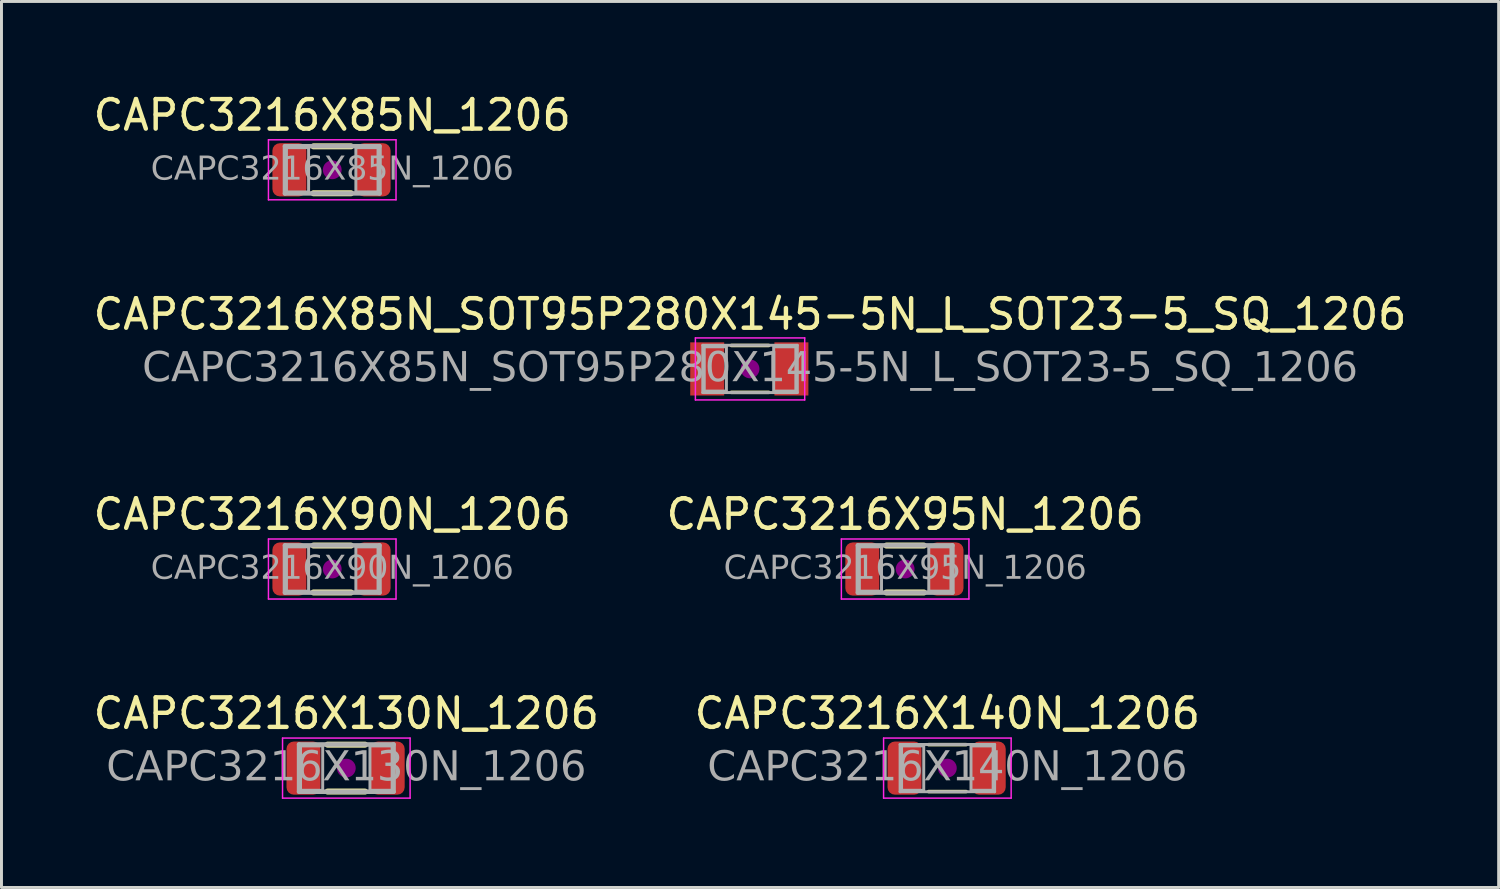
<source format=kicad_pcb>
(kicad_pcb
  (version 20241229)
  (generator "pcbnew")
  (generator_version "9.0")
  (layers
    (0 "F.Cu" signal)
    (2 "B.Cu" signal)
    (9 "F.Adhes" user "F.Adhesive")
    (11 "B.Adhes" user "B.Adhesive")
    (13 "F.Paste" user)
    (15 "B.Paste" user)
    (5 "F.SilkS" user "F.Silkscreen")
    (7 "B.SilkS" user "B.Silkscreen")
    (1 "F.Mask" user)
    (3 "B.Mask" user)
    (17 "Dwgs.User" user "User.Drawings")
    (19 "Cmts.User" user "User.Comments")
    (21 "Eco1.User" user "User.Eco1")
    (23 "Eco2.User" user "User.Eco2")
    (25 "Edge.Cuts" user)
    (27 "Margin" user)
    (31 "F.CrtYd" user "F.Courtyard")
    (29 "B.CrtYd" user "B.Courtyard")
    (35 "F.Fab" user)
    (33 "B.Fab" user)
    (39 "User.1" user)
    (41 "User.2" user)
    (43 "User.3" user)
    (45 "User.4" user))
  (footprint "CAPC3216X90N_1206"
    (layer "F.Cu")
    (at 8.196 16.211)
    (property "Reference" "CAPC3216X90N_1206" (at 0 -1.85 0) (layer "F.SilkS") (effects (font (size 1 1) (thickness 0.15))))
    (attr smd)
    (fp_line (start -0.635 -0.794) (end 0.635 -0.794) (stroke (width 0.203) (type solid)) (layer "F.SilkS"))
    (fp_line (start -0.635 0.794) (end 0.635 0.794) (stroke (width 0.203) (type solid)) (layer "F.SilkS"))
    (fp_circle (center 0 0) (end 0.318 0) (stroke (width 0) (type solid)) (fill yes) (layer "F.Adhes"))
    (fp_line (start -2.159 -1.016) (end 2.159 -1.016) (stroke (width 0.05) (type solid)) (layer "F.CrtYd"))
    (fp_line (start -2.159 1.016) (end -2.159 -1.016) (stroke (width 0.05) (type solid)) (layer "F.CrtYd"))
    (fp_line (start 2.159 -1.016) (end 2.159 1.016) (stroke (width 0.05) (type solid)) (layer "F.CrtYd"))
    (fp_line (start 2.159 1.016) (end -2.159 1.016) (stroke (width 0.05) (type solid)) (layer "F.CrtYd"))
    (fp_line (start -1.6 -0.8) (end 1.6 -0.8) (stroke (width 0.152) (type solid)) (layer "F.Fab"))
    (fp_line (start -1.6 0.8) (end -1.6 -0.8) (stroke (width 0.152) (type solid)) (layer "F.Fab"))
    (fp_line (start 1.6 -0.8) (end 1.6 0.8) (stroke (width 0.152) (type solid)) (layer "F.Fab"))
    (fp_line (start 1.6 0.8) (end -1.6 0.8) (stroke (width 0.152) (type solid)) (layer "F.Fab"))
    (fp_rect (start -0.8 0.75) (end -1.55 -0.75) (stroke (width 0.1) (type solid)) (fill no) (layer "F.Fab"))
    (fp_rect (start 0.8 -0.75) (end 1.55 0.75) (stroke (width 0.1) (type solid)) (fill no) (layer "F.Fab"))
    (fp_text user "${REFERENCE}" (at 0 0 0) (layer "F.Fab") (effects (font (face "Tahoma") (size 0.8 0.8) (thickness 0.12))))
    (pad "1" smd roundrect (at -1.45 0) (size 1.15 1.8) (layers "F.Cu" "F.Mask" "F.Paste") (roundrect_rratio 0.217))
    (pad "2" smd roundrect (at 1.4 0) (size 1.15 1.8) (layers "F.Cu" "F.Mask" "F.Paste") (roundrect_rratio 0.217)))
  (footprint "CAPC3216X95N_1206"
    (layer "F.Cu")
    (at 27.589 16.211)
    (property "Reference" "CAPC3216X95N_1206" (at 0 -1.85 0) (layer "F.SilkS") (effects (font (size 1 1) (thickness 0.15))))
    (attr smd)
    (fp_line (start -0.635 -0.794) (end 0.635 -0.794) (stroke (width 0.203) (type solid)) (layer "F.SilkS"))
    (fp_line (start -0.635 0.794) (end 0.635 0.794) (stroke (width 0.203) (type solid)) (layer "F.SilkS"))
    (fp_circle (center 0 0) (end 0.318 0) (stroke (width 0) (type solid)) (fill yes) (layer "F.Adhes"))
    (fp_line (start -2.159 -1.016) (end 2.159 -1.016) (stroke (width 0.05) (type solid)) (layer "F.CrtYd"))
    (fp_line (start -2.159 1.016) (end -2.159 -1.016) (stroke (width 0.05) (type solid)) (layer "F.CrtYd"))
    (fp_line (start 2.159 -1.016) (end 2.159 1.016) (stroke (width 0.05) (type solid)) (layer "F.CrtYd"))
    (fp_line (start 2.159 1.016) (end -2.159 1.016) (stroke (width 0.05) (type solid)) (layer "F.CrtYd"))
    (fp_line (start -1.6 -0.8) (end 1.6 -0.8) (stroke (width 0.152) (type solid)) (layer "F.Fab"))
    (fp_line (start -1.6 0.8) (end -1.6 -0.8) (stroke (width 0.152) (type solid)) (layer "F.Fab"))
    (fp_line (start 1.6 -0.8) (end 1.6 0.8) (stroke (width 0.152) (type solid)) (layer "F.Fab"))
    (fp_line (start 1.6 0.8) (end -1.6 0.8) (stroke (width 0.152) (type solid)) (layer "F.Fab"))
    (fp_rect (start -0.8 0.75) (end -1.55 -0.75) (stroke (width 0.1) (type solid)) (fill no) (layer "F.Fab"))
    (fp_rect (start 0.8 -0.75) (end 1.55 0.75) (stroke (width 0.1) (type solid)) (fill no) (layer "F.Fab"))
    (fp_text user "${REFERENCE}" (at 0 0 0) (layer "F.Fab") (effects (font (face "Tahoma") (size 0.8 0.8) (thickness 0.12))))
    (pad "1" smd roundrect (at -1.45 0) (size 1.15 1.8) (layers "F.Cu" "F.Mask" "F.Paste") (roundrect_rratio 0.217))
    (pad "2" smd roundrect (at 1.4 0) (size 1.15 1.8) (layers "F.Cu" "F.Mask" "F.Paste") (roundrect_rratio 0.217)))
  (footprint "CAPC3216X130N_1206"
    (layer "F.Cu")
    (at 8.673 22.95)
    (property "Reference" "CAPC3216X130N_1206" (at 0 -1.85 0) (layer "F.SilkS") (effects (font (size 1 1) (thickness 0.15))))
    (attr smd)
    (fp_line (start -0.635 -0.794) (end 0.635 -0.794) (stroke (width 0.203) (type solid)) (layer "F.SilkS"))
    (fp_line (start -0.635 0.794) (end 0.635 0.794) (stroke (width 0.203) (type solid)) (layer "F.SilkS"))
    (fp_circle (center 0 0) (end 0.318 0) (stroke (width 0) (type solid)) (fill yes) (layer "F.Adhes"))
    (fp_line (start -2.159 -1.016) (end 2.159 -1.016) (stroke (width 0.05) (type solid)) (layer "F.CrtYd"))
    (fp_line (start -2.159 1.016) (end -2.159 -1.016) (stroke (width 0.05) (type solid)) (layer "F.CrtYd"))
    (fp_line (start 2.159 -1.016) (end 2.159 1.016) (stroke (width 0.05) (type solid)) (layer "F.CrtYd"))
    (fp_line (start 2.159 1.016) (end -2.159 1.016) (stroke (width 0.05) (type solid)) (layer "F.CrtYd"))
    (fp_line (start -1.6 -0.8) (end 1.6 -0.8) (stroke (width 0.152) (type solid)) (layer "F.Fab"))
    (fp_line (start -1.6 0.8) (end -1.6 -0.8) (stroke (width 0.152) (type solid)) (layer "F.Fab"))
    (fp_line (start 1.6 -0.8) (end 1.6 0.8) (stroke (width 0.152) (type solid)) (layer "F.Fab"))
    (fp_line (start 1.6 0.8) (end -1.6 0.8) (stroke (width 0.152) (type solid)) (layer "F.Fab"))
    (fp_rect (start -0.8 0.75) (end -1.55 -0.75) (stroke (width 0.1) (type solid)) (fill no) (layer "F.Fab"))
    (fp_rect (start 0.8 -0.75) (end 1.55 0.75) (stroke (width 0.1) (type solid)) (fill no) (layer "F.Fab"))
    (fp_text user "${REFERENCE}" (at 0 0 0) (layer "F.Fab") (effects (font (face "Tahoma") (size 1 1) (thickness 0.15))))
    (pad "1" smd roundrect (at -1.45 0) (size 1.15 1.8) (layers "F.Cu" "F.Mask" "F.Paste") (roundrect_rratio 0.217))
    (pad "2" smd roundrect (at 1.4 0) (size 1.15 1.8) (layers "F.Cu" "F.Mask" "F.Paste") (roundrect_rratio 0.217)))
  (footprint "CAPC3216X140N_1206"
    (layer "F.Cu")
    (at 29.018 22.95)
    (property "Reference" "CAPC3216X140N_1206" (at 0 -1.85 0) (layer "F.SilkS") (effects (font (size 1 1) (thickness 0.15))))
    (attr smd)
    (fp_line (start -0.635 -0.794) (end 0.635 -0.794) (stroke (width 0.12) (type solid)) (layer "F.SilkS"))
    (fp_line (start -0.635 0.794) (end 0.635 0.794) (stroke (width 0.12) (type solid)) (layer "F.SilkS"))
    (fp_circle (center 0 0) (end 0.318 0) (stroke (width 0) (type solid)) (fill yes) (layer "F.Adhes"))
    (fp_line (start -2.159 -1.016) (end 2.159 -1.016) (stroke (width 0.05) (type solid)) (layer "F.CrtYd"))
    (fp_line (start -2.159 1.016) (end -2.159 -1.016) (stroke (width 0.05) (type solid)) (layer "F.CrtYd"))
    (fp_line (start 2.159 -1.016) (end 2.159 1.016) (stroke (width 0.05) (type solid)) (layer "F.CrtYd"))
    (fp_line (start 2.159 1.016) (end -2.159 1.016) (stroke (width 0.05) (type solid)) (layer "F.CrtYd"))
    (fp_line (start -1.6 -0.8) (end 1.6 -0.8) (stroke (width 0.1) (type solid)) (layer "F.Fab"))
    (fp_line (start -1.6 0.8) (end -1.6 -0.8) (stroke (width 0.1) (type solid)) (layer "F.Fab"))
    (fp_line (start 1.6 -0.8) (end 1.6 0.8) (stroke (width 0.1) (type solid)) (layer "F.Fab"))
    (fp_line (start 1.6 0.8) (end -1.6 0.8) (stroke (width 0.1) (type solid)) (layer "F.Fab"))
    (fp_rect (start -0.8 0.75) (end -1.55 -0.75) (stroke (width 0.1) (type solid)) (fill no) (layer "F.Fab"))
    (fp_rect (start 0.8 -0.75) (end 1.55 0.75) (stroke (width 0.1) (type solid)) (fill no) (layer "F.Fab"))
    (fp_text user "${REFERENCE}" (at 0 0 0) (layer "F.Fab") (effects (font (face "Tahoma") (size 1 1) (thickness 0.15))))
    (pad "1" smd roundrect (at -1.45 0) (size 1.15 1.8) (layers "F.Cu" "F.Mask" "F.Paste") (roundrect_rratio 0.217))
    (pad "2" smd roundrect (at 1.4 0) (size 1.15 1.8) (layers "F.Cu" "F.Mask" "F.Paste") (roundrect_rratio 0.217)))
  (footprint "CAPC3216X85N_1206"
    (layer "F.Cu")
    (at 8.196 2.698)
    (property "Reference" "CAPC3216X85N_1206" (at 0 -1.85 0) (layer "F.SilkS") (effects (font (size 1 1) (thickness 0.15))))
    (attr smd)
    (fp_line (start -0.635 -0.794) (end 0.635 -0.794) (stroke (width 0.203) (type solid)) (layer "F.SilkS"))
    (fp_line (start -0.635 0.794) (end 0.635 0.794) (stroke (width 0.203) (type solid)) (layer "F.SilkS"))
    (fp_circle (center 0 0) (end 0.318 0) (stroke (width 0) (type solid)) (fill yes) (layer "F.Adhes"))
    (fp_line (start -2.159 -1.016) (end 2.159 -1.016) (stroke (width 0.05) (type solid)) (layer "F.CrtYd"))
    (fp_line (start -2.159 1.016) (end -2.159 -1.016) (stroke (width 0.05) (type solid)) (layer "F.CrtYd"))
    (fp_line (start 2.159 -1.016) (end 2.159 1.016) (stroke (width 0.05) (type solid)) (layer "F.CrtYd"))
    (fp_line (start 2.159 1.016) (end -2.159 1.016) (stroke (width 0.05) (type solid)) (layer "F.CrtYd"))
    (fp_line (start -1.6 -0.8) (end 1.6 -0.8) (stroke (width 0.152) (type solid)) (layer "F.Fab"))
    (fp_line (start -1.6 0.8) (end -1.6 -0.8) (stroke (width 0.152) (type solid)) (layer "F.Fab"))
    (fp_line (start 1.6 -0.8) (end 1.6 0.8) (stroke (width 0.152) (type solid)) (layer "F.Fab"))
    (fp_line (start 1.6 0.8) (end -1.6 0.8) (stroke (width 0.152) (type solid)) (layer "F.Fab"))
    (fp_rect (start -0.8 0.75) (end -1.55 -0.75) (stroke (width 0.1) (type solid)) (fill no) (layer "F.Fab"))
    (fp_rect (start 0.8 -0.75) (end 1.55 0.75) (stroke (width 0.1) (type solid)) (fill no) (layer "F.Fab"))
    (fp_text user "${REFERENCE}" (at 0 0 0) (layer "F.Fab") (effects (font (face "Tahoma") (size 0.8 0.8) (thickness 0.12))))
    (pad "1" smd roundrect (at -1.45 0) (size 1.15 1.8) (layers "F.Cu" "F.Mask" "F.Paste") (roundrect_rratio 0.217))
    (pad "2" smd roundrect (at 1.4 0) (size 1.15 1.8) (layers "F.Cu" "F.Mask" "F.Paste") (roundrect_rratio 0.217)))
  (footprint "CAPC3216X85N_SOT95P280X145-5N_L_SOT23-5_SQ_1206"
    (layer "F.Cu")
    (at 22.339 9.438)
    (property "Reference" "CAPC3216X85N_SOT95P280X145-5N_L_SOT23-5_SQ_1206" (at 0 -1.85 0) (layer "F.SilkS") (effects (font (size 1 1) (thickness 0.15))))
    (attr smd)
    (fp_line (start -0.635 -0.794) (end 0.635 -0.794) (stroke (width 0.12) (type solid)) (layer "F.SilkS"))
    (fp_line (start -0.635 0.794) (end 0.635 0.794) (stroke (width 0.12) (type solid)) (layer "F.SilkS"))
    (fp_circle (center 0 0) (end 0.318 0) (stroke (width 0) (type solid)) (fill yes) (layer "F.Adhes"))
    (fp_line (start -1.85 -1.05) (end 1.85 -1.05) (stroke (width 0.05) (type solid)) (layer "F.CrtYd"))
    (fp_line (start -1.85 1.05) (end -1.85 -1.05) (stroke (width 0.05) (type solid)) (layer "F.CrtYd"))
    (fp_line (start 1.85 -1.05) (end 1.85 1.05) (stroke (width 0.05) (type solid)) (layer "F.CrtYd"))
    (fp_line (start 1.85 1.05) (end -1.85 1.05) (stroke (width 0.05) (type solid)) (layer "F.CrtYd"))
    (fp_line (start -1.6 -0.8) (end 1.6 -0.8) (stroke (width 0.1) (type solid)) (layer "F.Fab"))
    (fp_line (start -1.6 0.8) (end -1.6 -0.8) (stroke (width 0.1) (type solid)) (layer "F.Fab"))
    (fp_line (start 1.6 -0.8) (end 1.6 0.8) (stroke (width 0.1) (type solid)) (layer "F.Fab"))
    (fp_line (start 1.6 0.8) (end -1.6 0.8) (stroke (width 0.1) (type solid)) (layer "F.Fab"))
    (fp_rect (start -0.8 0.75) (end -1.55 -0.75) (stroke (width 0.1) (type solid)) (fill no) (layer "F.Fab"))
    (fp_rect (start 0.8 -0.75) (end 1.55 0.75) (stroke (width 0.1) (type solid)) (fill no) (layer "F.Fab"))
    (fp_text user "${REFERENCE}" (at 0 0 0) (layer "F.Fab") (effects (font (face "Tahoma") (size 1 1) (thickness 0.15))))
    (pad "1" smd rect (at -1.45 0) (size 1.15 1.8) (layers "F.Cu" "F.Mask" "F.Paste"))
    (pad "2" smd rect (at 1.4 0) (size 1.15 1.8) (layers "F.Cu" "F.Mask" "F.Paste")))
  (gr_rect
    (start -3 -3)
    (end 47.679 26.991)
    (stroke (width 0.1) (type default))
    (fill no)
    (layer "Edge.Cuts")))
</source>
